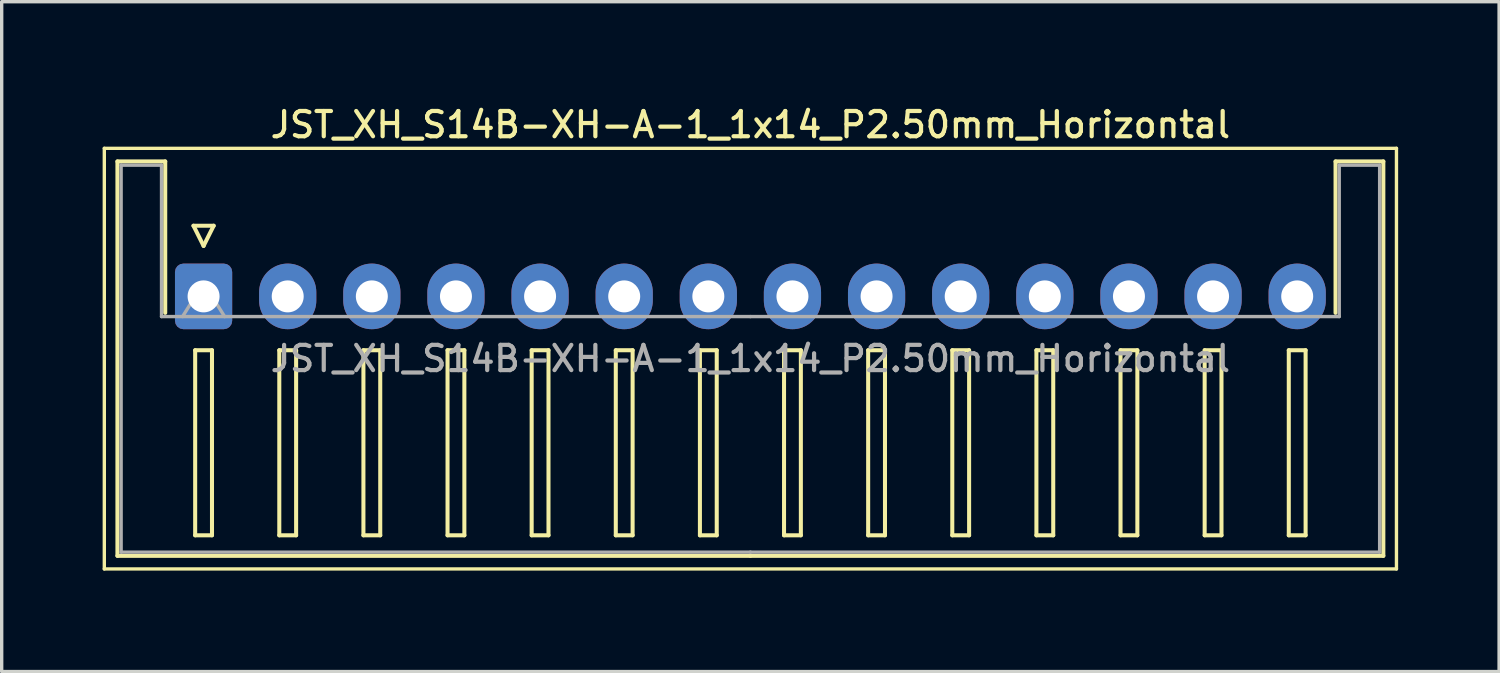
<source format=kicad_pcb>
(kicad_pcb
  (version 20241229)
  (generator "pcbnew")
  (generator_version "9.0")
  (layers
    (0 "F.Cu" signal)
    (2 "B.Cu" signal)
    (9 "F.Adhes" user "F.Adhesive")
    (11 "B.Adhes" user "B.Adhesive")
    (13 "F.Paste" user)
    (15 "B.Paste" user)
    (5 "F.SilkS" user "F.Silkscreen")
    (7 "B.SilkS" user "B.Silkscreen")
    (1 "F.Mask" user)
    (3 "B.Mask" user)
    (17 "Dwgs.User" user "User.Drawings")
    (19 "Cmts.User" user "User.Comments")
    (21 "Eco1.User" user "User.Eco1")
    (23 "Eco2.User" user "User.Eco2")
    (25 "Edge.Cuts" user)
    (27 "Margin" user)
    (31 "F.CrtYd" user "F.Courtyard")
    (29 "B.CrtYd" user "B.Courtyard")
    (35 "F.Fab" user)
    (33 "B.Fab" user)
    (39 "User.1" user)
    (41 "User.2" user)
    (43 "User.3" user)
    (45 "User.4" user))
  (footprint "JST_XH_S14B-XH-A-1_1x14_P2.50mm_Horizontal"
    (layer "F.Cu")
    (at 3 5.758)
    (property "Reference" "JST_XH_S14B-XH-A-1_1x14_P2.50mm_Horizontal" (at 16.25 -5.1 0) (layer "F.SilkS") (effects (font (size 0.75 0.75) (thickness 0.125))))
    (attr through_hole)
    (fp_line (start -2.95 -4.4) (end -2.95 8.1) (stroke (width 0.1) (type solid)) (layer "F.SilkS"))
    (fp_line (start -2.95 8.1) (end 35.45 8.1) (stroke (width 0.1) (type solid)) (layer "F.SilkS"))
    (fp_line (start -2.56 -4.01) (end -1.14 -4.01) (stroke (width 0.12) (type solid)) (layer "F.SilkS"))
    (fp_line (start -2.56 7.71) (end -2.56 -4.01) (stroke (width 0.12) (type solid)) (layer "F.SilkS"))
    (fp_line (start -1.14 -4.01) (end -1.14 0.49) (stroke (width 0.12) (type solid)) (layer "F.SilkS"))
    (fp_line (start -0.3 -2.1) (end 0.3 -2.1) (stroke (width 0.12) (type solid)) (layer "F.SilkS"))
    (fp_line (start -0.25 1.6) (end -0.25 7.1) (stroke (width 0.12) (type solid)) (layer "F.SilkS"))
    (fp_line (start -0.25 7.1) (end 0.25 7.1) (stroke (width 0.12) (type solid)) (layer "F.SilkS"))
    (fp_line (start 0 -1.5) (end -0.3 -2.1) (stroke (width 0.12) (type solid)) (layer "F.SilkS"))
    (fp_line (start 0.25 1.6) (end -0.25 1.6) (stroke (width 0.12) (type solid)) (layer "F.SilkS"))
    (fp_line (start 0.25 7.1) (end 0.25 1.6) (stroke (width 0.12) (type solid)) (layer "F.SilkS"))
    (fp_line (start 0.3 -2.1) (end 0 -1.5) (stroke (width 0.12) (type solid)) (layer "F.SilkS"))
    (fp_line (start 2.25 1.6) (end 2.25 7.1) (stroke (width 0.12) (type solid)) (layer "F.SilkS"))
    (fp_line (start 2.25 7.1) (end 2.75 7.1) (stroke (width 0.12) (type solid)) (layer "F.SilkS"))
    (fp_line (start 2.75 1.6) (end 2.25 1.6) (stroke (width 0.12) (type solid)) (layer "F.SilkS"))
    (fp_line (start 2.75 7.1) (end 2.75 1.6) (stroke (width 0.12) (type solid)) (layer "F.SilkS"))
    (fp_line (start 4.75 1.6) (end 4.75 7.1) (stroke (width 0.12) (type solid)) (layer "F.SilkS"))
    (fp_line (start 4.75 7.1) (end 5.25 7.1) (stroke (width 0.12) (type solid)) (layer "F.SilkS"))
    (fp_line (start 5.25 1.6) (end 4.75 1.6) (stroke (width 0.12) (type solid)) (layer "F.SilkS"))
    (fp_line (start 5.25 7.1) (end 5.25 1.6) (stroke (width 0.12) (type solid)) (layer "F.SilkS"))
    (fp_line (start 7.25 1.6) (end 7.25 7.1) (stroke (width 0.12) (type solid)) (layer "F.SilkS"))
    (fp_line (start 7.25 7.1) (end 7.75 7.1) (stroke (width 0.12) (type solid)) (layer "F.SilkS"))
    (fp_line (start 7.75 1.6) (end 7.25 1.6) (stroke (width 0.12) (type solid)) (layer "F.SilkS"))
    (fp_line (start 7.75 7.1) (end 7.75 1.6) (stroke (width 0.12) (type solid)) (layer "F.SilkS"))
    (fp_line (start 9.75 1.6) (end 9.75 7.1) (stroke (width 0.12) (type solid)) (layer "F.SilkS"))
    (fp_line (start 9.75 7.1) (end 10.25 7.1) (stroke (width 0.12) (type solid)) (layer "F.SilkS"))
    (fp_line (start 10.25 1.6) (end 9.75 1.6) (stroke (width 0.12) (type solid)) (layer "F.SilkS"))
    (fp_line (start 10.25 7.1) (end 10.25 1.6) (stroke (width 0.12) (type solid)) (layer "F.SilkS"))
    (fp_line (start 12.25 1.6) (end 12.25 7.1) (stroke (width 0.12) (type solid)) (layer "F.SilkS"))
    (fp_line (start 12.25 7.1) (end 12.75 7.1) (stroke (width 0.12) (type solid)) (layer "F.SilkS"))
    (fp_line (start 12.75 1.6) (end 12.25 1.6) (stroke (width 0.12) (type solid)) (layer "F.SilkS"))
    (fp_line (start 12.75 7.1) (end 12.75 1.6) (stroke (width 0.12) (type solid)) (layer "F.SilkS"))
    (fp_line (start 14.75 1.6) (end 14.75 7.1) (stroke (width 0.12) (type solid)) (layer "F.SilkS"))
    (fp_line (start 14.75 7.1) (end 15.25 7.1) (stroke (width 0.12) (type solid)) (layer "F.SilkS"))
    (fp_line (start 15.25 1.6) (end 14.75 1.6) (stroke (width 0.12) (type solid)) (layer "F.SilkS"))
    (fp_line (start 15.25 7.1) (end 15.25 1.6) (stroke (width 0.12) (type solid)) (layer "F.SilkS"))
    (fp_line (start 16.25 7.71) (end -2.56 7.71) (stroke (width 0.12) (type solid)) (layer "F.SilkS"))
    (fp_line (start 16.25 7.71) (end 35.06 7.71) (stroke (width 0.12) (type solid)) (layer "F.SilkS"))
    (fp_line (start 17.25 1.6) (end 17.25 7.1) (stroke (width 0.12) (type solid)) (layer "F.SilkS"))
    (fp_line (start 17.25 7.1) (end 17.75 7.1) (stroke (width 0.12) (type solid)) (layer "F.SilkS"))
    (fp_line (start 17.75 1.6) (end 17.25 1.6) (stroke (width 0.12) (type solid)) (layer "F.SilkS"))
    (fp_line (start 17.75 7.1) (end 17.75 1.6) (stroke (width 0.12) (type solid)) (layer "F.SilkS"))
    (fp_line (start 19.75 1.6) (end 19.75 7.1) (stroke (width 0.12) (type solid)) (layer "F.SilkS"))
    (fp_line (start 19.75 7.1) (end 20.25 7.1) (stroke (width 0.12) (type solid)) (layer "F.SilkS"))
    (fp_line (start 20.25 1.6) (end 19.75 1.6) (stroke (width 0.12) (type solid)) (layer "F.SilkS"))
    (fp_line (start 20.25 7.1) (end 20.25 1.6) (stroke (width 0.12) (type solid)) (layer "F.SilkS"))
    (fp_line (start 22.25 1.6) (end 22.25 7.1) (stroke (width 0.12) (type solid)) (layer "F.SilkS"))
    (fp_line (start 22.25 7.1) (end 22.75 7.1) (stroke (width 0.12) (type solid)) (layer "F.SilkS"))
    (fp_line (start 22.75 1.6) (end 22.25 1.6) (stroke (width 0.12) (type solid)) (layer "F.SilkS"))
    (fp_line (start 22.75 7.1) (end 22.75 1.6) (stroke (width 0.12) (type solid)) (layer "F.SilkS"))
    (fp_line (start 24.75 1.6) (end 24.75 7.1) (stroke (width 0.12) (type solid)) (layer "F.SilkS"))
    (fp_line (start 24.75 7.1) (end 25.25 7.1) (stroke (width 0.12) (type solid)) (layer "F.SilkS"))
    (fp_line (start 25.25 1.6) (end 24.75 1.6) (stroke (width 0.12) (type solid)) (layer "F.SilkS"))
    (fp_line (start 25.25 7.1) (end 25.25 1.6) (stroke (width 0.12) (type solid)) (layer "F.SilkS"))
    (fp_line (start 27.25 1.6) (end 27.25 7.1) (stroke (width 0.12) (type solid)) (layer "F.SilkS"))
    (fp_line (start 27.25 7.1) (end 27.75 7.1) (stroke (width 0.12) (type solid)) (layer "F.SilkS"))
    (fp_line (start 27.75 1.6) (end 27.25 1.6) (stroke (width 0.12) (type solid)) (layer "F.SilkS"))
    (fp_line (start 27.75 7.1) (end 27.75 1.6) (stroke (width 0.12) (type solid)) (layer "F.SilkS"))
    (fp_line (start 29.75 1.6) (end 29.75 7.1) (stroke (width 0.12) (type solid)) (layer "F.SilkS"))
    (fp_line (start 29.75 7.1) (end 30.25 7.1) (stroke (width 0.12) (type solid)) (layer "F.SilkS"))
    (fp_line (start 30.25 1.6) (end 29.75 1.6) (stroke (width 0.12) (type solid)) (layer "F.SilkS"))
    (fp_line (start 30.25 7.1) (end 30.25 1.6) (stroke (width 0.12) (type solid)) (layer "F.SilkS"))
    (fp_line (start 32.25 1.6) (end 32.25 7.1) (stroke (width 0.12) (type solid)) (layer "F.SilkS"))
    (fp_line (start 32.25 7.1) (end 32.75 7.1) (stroke (width 0.12) (type solid)) (layer "F.SilkS"))
    (fp_line (start 32.75 1.6) (end 32.25 1.6) (stroke (width 0.12) (type solid)) (layer "F.SilkS"))
    (fp_line (start 32.75 7.1) (end 32.75 1.6) (stroke (width 0.12) (type solid)) (layer "F.SilkS"))
    (fp_line (start 33.64 -4.01) (end 33.64 0.49) (stroke (width 0.12) (type solid)) (layer "F.SilkS"))
    (fp_line (start 35.06 -4.01) (end 33.64 -4.01) (stroke (width 0.12) (type solid)) (layer "F.SilkS"))
    (fp_line (start 35.06 7.71) (end 35.06 -4.01) (stroke (width 0.12) (type solid)) (layer "F.SilkS"))
    (fp_line (start 35.45 -4.4) (end -2.95 -4.4) (stroke (width 0.1) (type solid)) (layer "F.SilkS"))
    (fp_line (start 35.45 8.1) (end 35.45 -4.4) (stroke (width 0.1) (type solid)) (layer "F.SilkS"))
    (fp_line (start -2.45 -3.9) (end -1.25 -3.9) (stroke (width 0.1) (type solid)) (layer "F.Fab"))
    (fp_line (start -2.45 7.6) (end -2.45 -3.9) (stroke (width 0.1) (type solid)) (layer "F.Fab"))
    (fp_line (start -1.25 -3.9) (end -1.25 0.6) (stroke (width 0.1) (type solid)) (layer "F.Fab"))
    (fp_line (start -1.25 0.6) (end 16.25 0.6) (stroke (width 0.1) (type solid)) (layer "F.Fab"))
    (fp_line (start -0.625 0.6) (end 0 -0.4) (stroke (width 0.1) (type solid)) (layer "F.Fab"))
    (fp_line (start 0 -0.4) (end 0.625 0.6) (stroke (width 0.1) (type solid)) (layer "F.Fab"))
    (fp_line (start 16.25 7.6) (end -2.45 7.6) (stroke (width 0.1) (type solid)) (layer "F.Fab"))
    (fp_line (start 16.25 7.6) (end 34.95 7.6) (stroke (width 0.1) (type solid)) (layer "F.Fab"))
    (fp_line (start 33.75 -3.9) (end 33.75 0.6) (stroke (width 0.1) (type solid)) (layer "F.Fab"))
    (fp_line (start 33.75 0.6) (end 16.25 0.6) (stroke (width 0.1) (type solid)) (layer "F.Fab"))
    (fp_line (start 34.95 -3.9) (end 33.75 -3.9) (stroke (width 0.1) (type solid)) (layer "F.Fab"))
    (fp_line (start 34.95 7.6) (end 34.95 -3.9) (stroke (width 0.1) (type solid)) (layer "F.Fab"))
    (fp_text user "${REFERENCE}" (at 16.25 1.85 0) (layer "F.Fab") (effects (font (size 0.75 0.75) (thickness 0.125))))
    (pad "1" thru_hole roundrect (at 0 0) (size 1.7 1.95) (drill 0.95) (layers "*.Cu" "*.Mask") (roundrect_rratio 0.147))
    (pad "2" thru_hole oval (at 2.5 0) (size 1.7 1.95) (drill 0.95) (layers "*.Cu" "*.Mask"))
    (pad "3" thru_hole oval (at 5 0) (size 1.7 1.95) (drill 0.95) (layers "*.Cu" "*.Mask"))
    (pad "4" thru_hole oval (at 7.5 0) (size 1.7 1.95) (drill 0.95) (layers "*.Cu" "*.Mask"))
    (pad "5" thru_hole oval (at 10 0) (size 1.7 1.95) (drill 0.95) (layers "*.Cu" "*.Mask"))
    (pad "6" thru_hole oval (at 12.5 0) (size 1.7 1.95) (drill 0.95) (layers "*.Cu" "*.Mask"))
    (pad "7" thru_hole oval (at 15 0) (size 1.7 1.95) (drill 0.95) (layers "*.Cu" "*.Mask"))
    (pad "8" thru_hole oval (at 17.5 0) (size 1.7 1.95) (drill 0.95) (layers "*.Cu" "*.Mask"))
    (pad "9" thru_hole oval (at 20 0) (size 1.7 1.95) (drill 0.95) (layers "*.Cu" "*.Mask"))
    (pad "10" thru_hole oval (at 22.5 0) (size 1.7 1.95) (drill 0.95) (layers "*.Cu" "*.Mask"))
    (pad "11" thru_hole oval (at 25 0) (size 1.7 1.95) (drill 0.95) (layers "*.Cu" "*.Mask"))
    (pad "12" thru_hole oval (at 27.5 0) (size 1.7 1.95) (drill 0.95) (layers "*.Cu" "*.Mask"))
    (pad "13" thru_hole oval (at 30 0) (size 1.7 1.95) (drill 0.95) (layers "*.Cu" "*.Mask"))
    (pad "14" thru_hole oval (at 32.5 0) (size 1.7 1.95) (drill 0.95) (layers "*.Cu" "*.Mask")))
  (gr_rect
    (start -3 -3)
    (end 41.5 16.908)
    (stroke (width 0.1) (type default))
    (fill no)
    (layer "Edge.Cuts")))
</source>
